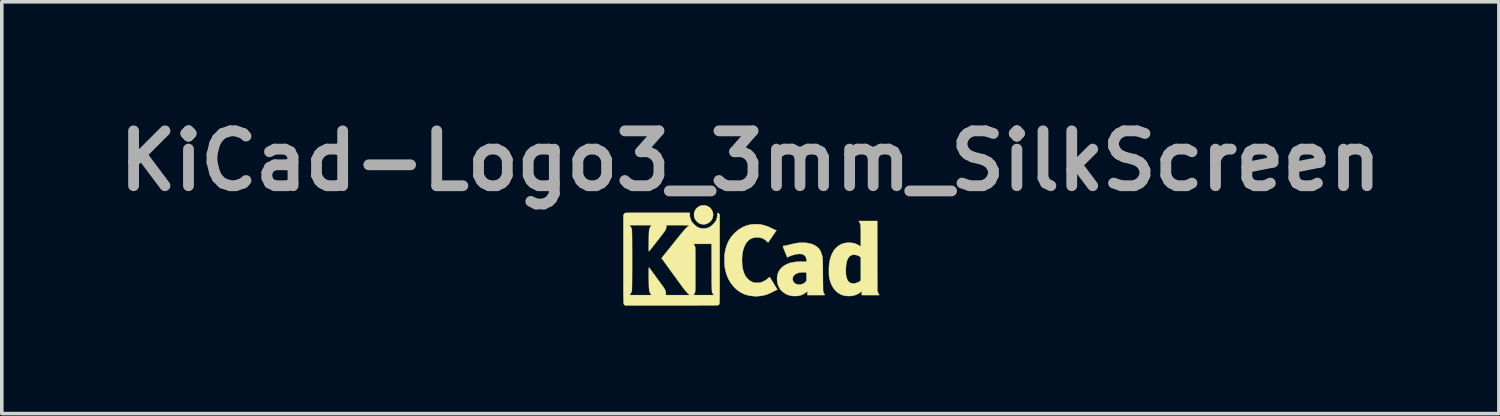
<source format=kicad_pcb>
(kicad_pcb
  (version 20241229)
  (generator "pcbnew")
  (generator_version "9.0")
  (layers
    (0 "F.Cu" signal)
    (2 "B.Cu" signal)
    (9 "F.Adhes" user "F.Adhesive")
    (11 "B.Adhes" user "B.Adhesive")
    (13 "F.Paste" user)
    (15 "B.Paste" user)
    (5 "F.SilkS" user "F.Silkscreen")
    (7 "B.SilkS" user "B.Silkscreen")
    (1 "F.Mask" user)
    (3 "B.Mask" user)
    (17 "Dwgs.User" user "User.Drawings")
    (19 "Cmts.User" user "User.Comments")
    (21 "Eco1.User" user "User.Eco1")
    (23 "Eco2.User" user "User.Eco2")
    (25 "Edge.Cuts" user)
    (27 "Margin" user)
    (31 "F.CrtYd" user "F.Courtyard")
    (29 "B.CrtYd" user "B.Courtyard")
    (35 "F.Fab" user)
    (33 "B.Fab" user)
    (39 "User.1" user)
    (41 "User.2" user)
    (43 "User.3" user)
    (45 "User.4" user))
  (footprint "KiCad-Logo3_3mm_SilkScreen"
    (layer "F.Cu")
    (at 17.787 4.018)
    (property "Reference" "KiCad-Logo3_3mm_SilkScreen" (at 0 -2.6 0) (layer "F.Fab") (effects (font (size 1.524 1.524) (thickness 0.3))))
    (attr exclude_from_pos_files exclude_from_bom)
    (fp_poly (pts (xy -1.26 -1.364) (xy -1.242 -1.362) (xy -1.225 -1.357) (xy -1.217 -1.355) (xy -1.178 -1.338) (xy -1.143 -1.317) (xy -1.11 -1.287) (xy -1.105 -1.282) (xy -1.073 -1.241) (xy -1.05 -1.195) (xy -1.037 -1.147) (xy -1.033 -1.097) (xy -1.04 -1.046) (xy -1.048 -1.019) (xy -1.061 -0.986) (xy -1.077 -0.958) (xy -1.098 -0.932) (xy -1.117 -0.912) (xy -1.155 -0.882) (xy -1.195 -0.86) (xy -1.241 -0.845) (xy -1.246 -0.844) (xy -1.276 -0.839) (xy -1.301 -0.837) (xy -1.326 -0.839) (xy -1.354 -0.844) (xy -1.396 -0.856) (xy -1.432 -0.874) (xy -1.466 -0.9) (xy -1.485 -0.918) (xy -1.514 -0.951) (xy -1.535 -0.984) (xy -1.55 -1.02) (xy -1.559 -1.053) (xy -1.564 -1.104) (xy -1.56 -1.153) (xy -1.546 -1.201) (xy -1.523 -1.244) (xy -1.492 -1.284) (xy -1.453 -1.317) (xy -1.409 -1.343) (xy -1.39 -1.352) (xy -1.374 -1.358) (xy -1.359 -1.361) (xy -1.34 -1.363) (xy -1.315 -1.364) (xy -1.31 -1.364) (xy -1.281 -1.365) (xy -1.26 -1.364)) (stroke (width 0.01) (type solid)) (fill yes) (layer "F.SilkS"))
    (fp_poly (pts (xy 3.525 0.036) (xy 3.527 1.003) (xy 3.541 1.045) (xy 3.55 1.068) (xy 3.559 1.089) (xy 3.568 1.105) (xy 3.569 1.107) (xy 3.583 1.127) (xy 3.096 1.127) (xy 3.096 1.074) (xy 3.095 1.052) (xy 3.095 1.034) (xy 3.093 1.024) (xy 3.092 1.021) (xy 3.087 1.025) (xy 3.076 1.033) (xy 3.065 1.043) (xy 3.021 1.075) (xy 2.97 1.103) (xy 2.914 1.126) (xy 2.855 1.142) (xy 2.838 1.146) (xy 2.8 1.15) (xy 2.757 1.153) (xy 2.711 1.152) (xy 2.667 1.15) (xy 2.629 1.145) (xy 2.629 1.145) (xy 2.561 1.128) (xy 2.497 1.101) (xy 2.438 1.065) (xy 2.384 1.02) (xy 2.335 0.968) (xy 2.292 0.907) (xy 2.255 0.84) (xy 2.225 0.765) (xy 2.201 0.684) (xy 2.195 0.654) (xy 2.191 0.635) (xy 2.188 0.617) (xy 2.186 0.599) (xy 2.185 0.578) (xy 2.184 0.554) (xy 2.183 0.523) (xy 2.183 0.486) (xy 2.183 0.462) (xy 2.652 0.462) (xy 2.653 0.479) (xy 2.654 0.517) (xy 2.656 0.548) (xy 2.658 0.573) (xy 2.662 0.594) (xy 2.666 0.616) (xy 2.669 0.625) (xy 2.684 0.675) (xy 2.703 0.717) (xy 2.726 0.749) (xy 2.753 0.774) (xy 2.786 0.791) (xy 2.801 0.797) (xy 2.828 0.802) (xy 2.861 0.804) (xy 2.895 0.802) (xy 2.927 0.796) (xy 2.928 0.796) (xy 2.969 0.782) (xy 3.011 0.762) (xy 3.046 0.74) (xy 3.069 0.723) (xy 3.069 0.08) (xy 3.053 0.066) (xy 3.017 0.042) (xy 2.977 0.024) (xy 2.934 0.012) (xy 2.89 0.006) (xy 2.848 0.008) (xy 2.81 0.018) (xy 2.798 0.023) (xy 2.762 0.046) (xy 2.732 0.079) (xy 2.706 0.12) (xy 2.685 0.171) (xy 2.67 0.231) (xy 2.659 0.299) (xy 2.653 0.376) (xy 2.652 0.462) (xy 2.183 0.462) (xy 2.183 0.452) (xy 2.183 0.402) (xy 2.184 0.361) (xy 2.185 0.326) (xy 2.187 0.297) (xy 2.189 0.271) (xy 2.192 0.249) (xy 2.209 0.161) (xy 2.229 0.082) (xy 2.254 0.011) (xy 2.285 -0.053) (xy 2.321 -0.112) (xy 2.35 -0.152) (xy 2.391 -0.194) (xy 2.439 -0.234) (xy 2.492 -0.268) (xy 2.548 -0.295) (xy 2.601 -0.313) (xy 2.65 -0.322) (xy 2.706 -0.327) (xy 2.765 -0.327) (xy 2.823 -0.322) (xy 2.878 -0.313) (xy 2.892 -0.309) (xy 2.919 -0.301) (xy 2.95 -0.288) (xy 2.982 -0.272) (xy 3.013 -0.255) (xy 3.038 -0.239) (xy 3.044 -0.235) (xy 3.069 -0.216) (xy 3.069 -0.48) (xy 3.069 -0.55) (xy 3.069 -0.61) (xy 3.068 -0.661) (xy 3.067 -0.705) (xy 3.066 -0.741) (xy 3.065 -0.771) (xy 3.063 -0.796) (xy 3.061 -0.816) (xy 3.058 -0.833) (xy 3.054 -0.847) (xy 3.05 -0.86) (xy 3.045 -0.871) (xy 3.043 -0.875) (xy 3.034 -0.893) (xy 3.025 -0.91) (xy 3.018 -0.919) (xy 3.01 -0.931) (xy 3.524 -0.931) (xy 3.525 0.036)) (stroke (width 0.01) (type solid)) (fill yes) (layer "F.SilkS"))
    (fp_poly (pts (xy 0.178 -0.841) (xy 0.216 -0.84) (xy 0.249 -0.838) (xy 0.273 -0.836) (xy 0.358 -0.819) (xy 0.446 -0.792) (xy 0.538 -0.755) (xy 0.6 -0.725) (xy 0.627 -0.711) (xy 0.654 -0.699) (xy 0.677 -0.688) (xy 0.694 -0.681) (xy 0.697 -0.68) (xy 0.712 -0.675) (xy 0.721 -0.669) (xy 0.722 -0.666) (xy 0.718 -0.661) (xy 0.71 -0.648) (xy 0.697 -0.629) (xy 0.68 -0.605) (xy 0.661 -0.576) (xy 0.639 -0.545) (xy 0.617 -0.513) (xy 0.594 -0.48) (xy 0.572 -0.447) (xy 0.551 -0.417) (xy 0.532 -0.389) (xy 0.516 -0.366) (xy 0.504 -0.349) (xy 0.496 -0.337) (xy 0.494 -0.334) (xy 0.49 -0.337) (xy 0.48 -0.345) (xy 0.467 -0.358) (xy 0.462 -0.363) (xy 0.415 -0.405) (xy 0.364 -0.437) (xy 0.308 -0.459) (xy 0.248 -0.472) (xy 0.187 -0.476) (xy 0.133 -0.473) (xy 0.086 -0.465) (xy 0.041 -0.45) (xy 0.018 -0.439) (xy -0.029 -0.41) (xy -0.072 -0.372) (xy -0.11 -0.325) (xy -0.143 -0.27) (xy -0.172 -0.208) (xy -0.195 -0.138) (xy -0.213 -0.063) (xy -0.225 0.019) (xy -0.231 0.106) (xy -0.231 0.198) (xy -0.231 0.204) (xy -0.225 0.295) (xy -0.213 0.379) (xy -0.195 0.455) (xy -0.186 0.484) (xy -0.167 0.536) (xy -0.145 0.58) (xy -0.12 0.619) (xy -0.089 0.656) (xy -0.071 0.675) (xy -0.038 0.706) (xy -0.007 0.731) (xy 0.025 0.75) (xy 0.061 0.766) (xy 0.075 0.772) (xy 0.092 0.777) (xy 0.107 0.781) (xy 0.122 0.784) (xy 0.142 0.785) (xy 0.167 0.786) (xy 0.188 0.786) (xy 0.22 0.786) (xy 0.244 0.785) (xy 0.264 0.783) (xy 0.281 0.779) (xy 0.299 0.774) (xy 0.301 0.773) (xy 0.367 0.747) (xy 0.43 0.711) (xy 0.49 0.665) (xy 0.507 0.649) (xy 0.521 0.637) (xy 0.531 0.628) (xy 0.537 0.625) (xy 0.537 0.625) (xy 0.54 0.63) (xy 0.548 0.643) (xy 0.56 0.662) (xy 0.575 0.687) (xy 0.593 0.716) (xy 0.613 0.748) (xy 0.634 0.782) (xy 0.655 0.817) (xy 0.675 0.851) (xy 0.695 0.883) (xy 0.713 0.912) (xy 0.728 0.938) (xy 0.74 0.958) (xy 0.748 0.971) (xy 0.751 0.977) (xy 0.751 0.977) (xy 0.747 0.979) (xy 0.744 0.979) (xy 0.737 0.981) (xy 0.722 0.988) (xy 0.701 0.998) (xy 0.674 1.011) (xy 0.645 1.026) (xy 0.628 1.034) (xy 0.564 1.066) (xy 0.505 1.092) (xy 0.45 1.112) (xy 0.397 1.128) (xy 0.343 1.14) (xy 0.286 1.149) (xy 0.241 1.153) (xy 0.201 1.156) (xy 0.167 1.158) (xy 0.135 1.158) (xy 0.099 1.156) (xy 0.064 1.153) (xy -0.028 1.141) (xy -0.115 1.119) (xy -0.197 1.089) (xy -0.274 1.048) (xy -0.347 0.999) (xy -0.416 0.939) (xy -0.431 0.924) (xy -0.495 0.853) (xy -0.55 0.779) (xy -0.598 0.7) (xy -0.637 0.615) (xy -0.669 0.523) (xy -0.695 0.424) (xy -0.707 0.357) (xy -0.711 0.331) (xy -0.713 0.296) (xy -0.715 0.255) (xy -0.717 0.21) (xy -0.717 0.163) (xy -0.717 0.117) (xy -0.717 0.072) (xy -0.715 0.032) (xy -0.713 -0.002) (xy -0.71 -0.028) (xy -0.71 -0.029) (xy -0.698 -0.094) (xy -0.686 -0.15) (xy -0.672 -0.202) (xy -0.657 -0.25) (xy -0.638 -0.298) (xy -0.635 -0.305) (xy -0.597 -0.385) (xy -0.552 -0.459) (xy -0.499 -0.528) (xy -0.439 -0.593) (xy -0.366 -0.658) (xy -0.29 -0.714) (xy -0.21 -0.76) (xy -0.126 -0.796) (xy -0.038 -0.822) (xy 0.039 -0.836) (xy 0.066 -0.838) (xy 0.1 -0.84) (xy 0.139 -0.841) (xy 0.178 -0.841)) (stroke (width 0.01) (type solid)) (fill yes) (layer "F.SilkS"))
    (fp_poly (pts (xy 1.533 -0.325) (xy 1.614 -0.314) (xy 1.687 -0.297) (xy 1.753 -0.272) (xy 1.77 -0.265) (xy 1.825 -0.233) (xy 1.872 -0.197) (xy 1.911 -0.154) (xy 1.943 -0.105) (xy 1.969 -0.048) (xy 1.982 -0.008) (xy 1.987 0.011) (xy 1.992 0.027) (xy 1.996 0.043) (xy 1.999 0.059) (xy 2.002 0.076) (xy 2.005 0.094) (xy 2.007 0.114) (xy 2.009 0.138) (xy 2.01 0.166) (xy 2.011 0.198) (xy 2.012 0.236) (xy 2.013 0.28) (xy 2.014 0.331) (xy 2.014 0.39) (xy 2.015 0.458) (xy 2.015 0.534) (xy 2.016 0.579) (xy 2.016 0.658) (xy 2.017 0.727) (xy 2.017 0.787) (xy 2.018 0.838) (xy 2.018 0.882) (xy 2.019 0.919) (xy 2.019 0.949) (xy 2.02 0.974) (xy 2.021 0.993) (xy 2.022 1.009) (xy 2.023 1.021) (xy 2.024 1.03) (xy 2.025 1.037) (xy 2.027 1.043) (xy 2.029 1.048) (xy 2.03 1.052) (xy 2.039 1.071) (xy 2.049 1.089) (xy 2.054 1.097) (xy 2.064 1.11) (xy 2.07 1.119) (xy 2.071 1.121) (xy 2.07 1.122) (xy 2.064 1.123) (xy 2.053 1.125) (xy 2.036 1.125) (xy 2.013 1.126) (xy 1.981 1.127) (xy 1.941 1.127) (xy 1.892 1.127) (xy 1.834 1.127) (xy 1.831 1.127) (xy 1.587 1.127) (xy 1.587 1.02) (xy 1.562 1.041) (xy 1.504 1.083) (xy 1.442 1.116) (xy 1.377 1.138) (xy 1.341 1.146) (xy 1.304 1.15) (xy 1.26 1.153) (xy 1.215 1.153) (xy 1.171 1.15) (xy 1.134 1.146) (xy 1.132 1.145) (xy 1.061 1.127) (xy 0.996 1.1) (xy 0.935 1.064) (xy 0.88 1.018) (xy 0.87 1.009) (xy 0.848 0.986) (xy 0.832 0.967) (xy 0.819 0.948) (xy 0.807 0.927) (xy 0.795 0.905) (xy 0.778 0.869) (xy 0.766 0.836) (xy 0.757 0.803) (xy 0.75 0.767) (xy 0.746 0.736) (xy 0.742 0.664) (xy 0.742 0.662) (xy 1.176 0.662) (xy 1.177 0.702) (xy 1.187 0.738) (xy 1.206 0.769) (xy 1.232 0.796) (xy 1.264 0.816) (xy 1.301 0.829) (xy 1.344 0.835) (xy 1.39 0.834) (xy 1.408 0.831) (xy 1.455 0.817) (xy 1.497 0.794) (xy 1.533 0.762) (xy 1.543 0.75) (xy 1.561 0.728) (xy 1.561 0.616) (xy 1.561 0.578) (xy 1.561 0.55) (xy 1.56 0.529) (xy 1.559 0.516) (xy 1.557 0.507) (xy 1.555 0.502) (xy 1.552 0.501) (xy 1.539 0.498) (xy 1.517 0.495) (xy 1.491 0.494) (xy 1.462 0.493) (xy 1.433 0.494) (xy 1.407 0.495) (xy 1.392 0.497) (xy 1.336 0.509) (xy 1.288 0.526) (xy 1.247 0.548) (xy 1.216 0.574) (xy 1.193 0.606) (xy 1.179 0.641) (xy 1.176 0.662) (xy 0.742 0.662) (xy 0.748 0.597) (xy 0.763 0.533) (xy 0.788 0.473) (xy 0.822 0.418) (xy 0.866 0.368) (xy 0.902 0.336) (xy 0.935 0.313) (xy 0.975 0.289) (xy 1.019 0.267) (xy 1.064 0.249) (xy 1.106 0.234) (xy 1.119 0.231) (xy 1.163 0.221) (xy 1.204 0.213) (xy 1.247 0.207) (xy 1.291 0.203) (xy 1.341 0.2) (xy 1.398 0.199) (xy 1.433 0.199) (xy 1.568 0.199) (xy 1.565 0.162) (xy 1.557 0.114) (xy 1.542 0.073) (xy 1.519 0.039) (xy 1.489 0.013) (xy 1.452 -0.005) (xy 1.443 -0.008) (xy 1.404 -0.015) (xy 1.359 -0.017) (xy 1.307 -0.012) (xy 1.252 -0.003) (xy 1.195 0.012) (xy 1.136 0.031) (xy 1.078 0.055) (xy 1.073 0.057) (xy 1.026 0.079) (xy 1.021 0.066) (xy 1.018 0.058) (xy 1.011 0.042) (xy 1.002 0.019) (xy 0.99 -0.011) (xy 0.976 -0.044) (xy 0.961 -0.081) (xy 0.958 -0.088) (xy 0.939 -0.135) (xy 0.924 -0.173) (xy 0.913 -0.201) (xy 0.907 -0.221) (xy 0.905 -0.231) (xy 0.905 -0.233) (xy 0.913 -0.236) (xy 0.928 -0.238) (xy 0.941 -0.24) (xy 0.954 -0.242) (xy 0.976 -0.246) (xy 1.004 -0.253) (xy 1.038 -0.26) (xy 1.076 -0.269) (xy 1.115 -0.279) (xy 1.119 -0.28) (xy 1.176 -0.294) (xy 1.225 -0.305) (xy 1.268 -0.313) (xy 1.306 -0.319) (xy 1.342 -0.324) (xy 1.378 -0.326) (xy 1.414 -0.328) (xy 1.445 -0.328) (xy 1.533 -0.325)) (stroke (width 0.01) (type solid)) (fill yes) (layer "F.SilkS"))
    (fp_poly (pts (xy -1.682 -1.114) (xy -1.679 -1.058) (xy -1.666 -1.002) (xy -1.643 -0.943) (xy -1.64 -0.937) (xy -1.629 -0.916) (xy -1.618 -0.898) (xy -1.604 -0.881) (xy -1.586 -0.861) (xy -1.564 -0.839) (xy -1.518 -0.797) (xy -1.473 -0.766) (xy -1.426 -0.743) (xy -1.377 -0.729) (xy -1.323 -0.723) (xy -1.299 -0.722) (xy -1.243 -0.726) (xy -1.191 -0.737) (xy -1.144 -0.756) (xy -1.098 -0.784) (xy -1.052 -0.821) (xy -1.035 -0.839) (xy -0.997 -0.879) (xy -0.967 -0.918) (xy -0.946 -0.956) (xy -0.931 -0.997) (xy -0.921 -1.041) (xy -0.916 -1.092) (xy -0.916 -1.094) (xy -0.913 -1.159) (xy -0.894 -1.15) (xy -0.879 -1.139) (xy -0.865 -1.124) (xy -0.864 -1.122) (xy -0.852 -1.104) (xy -0.852 0.126) (xy -0.852 0.261) (xy -0.852 0.386) (xy -0.852 0.501) (xy -0.852 0.606) (xy -0.852 0.703) (xy -0.852 0.791) (xy -0.852 0.871) (xy -0.852 0.944) (xy -0.853 1.009) (xy -0.853 1.067) (xy -0.853 1.118) (xy -0.853 1.163) (xy -0.854 1.203) (xy -0.854 1.237) (xy -0.854 1.266) (xy -0.855 1.291) (xy -0.855 1.311) (xy -0.856 1.328) (xy -0.856 1.342) (xy -0.857 1.352) (xy -0.858 1.36) (xy -0.859 1.366) (xy -0.86 1.371) (xy -0.86 1.374) (xy -0.861 1.374) (xy -0.871 1.39) (xy -0.885 1.402) (xy -0.886 1.403) (xy -0.888 1.404) (xy -0.89 1.405) (xy -0.894 1.406) (xy -0.899 1.407) (xy -0.906 1.407) (xy -0.914 1.408) (xy -0.926 1.409) (xy -0.94 1.409) (xy -0.958 1.41) (xy -0.98 1.41) (xy -1.005 1.411) (xy -1.036 1.411) (xy -1.071 1.411) (xy -1.111 1.412) (xy -1.158 1.412) (xy -1.21 1.412) (xy -1.269 1.412) (xy -1.335 1.412) (xy -1.408 1.413) (xy -1.489 1.413) (xy -1.578 1.413) (xy -1.675 1.413) (xy -1.782 1.413) (xy -1.898 1.413) (xy -2.023 1.413) (xy -2.159 1.413) (xy -2.189 1.413) (xy -3.476 1.413) (xy -3.493 1.399) (xy -3.496 1.396) (xy -3.499 1.394) (xy -3.502 1.392) (xy -3.505 1.39) (xy -3.507 1.387) (xy -3.51 1.382) (xy -3.512 1.377) (xy -3.514 1.369) (xy -3.515 1.359) (xy -3.517 1.347) (xy -3.518 1.331) (xy -3.519 1.312) (xy -3.52 1.289) (xy -3.521 1.261) (xy -3.522 1.229) (xy -3.522 1.191) (xy -3.523 1.148) (xy -3.523 1.1) (xy -3.524 1.044) (xy -3.524 0.982) (xy -3.524 0.913) (xy -3.524 0.836) (xy -3.524 0.752) (xy -3.524 0.658) (xy -3.524 0.557) (xy -3.524 0.446) (xy -3.524 0.325) (xy -3.524 0.194) (xy -3.524 0.128) (xy -3.524 -0.815) (xy -3.356 -0.815) (xy -3.34 -0.795) (xy -3.316 -0.759) (xy -3.298 -0.719) (xy -3.29 -0.693) (xy -3.289 -0.683) (xy -3.288 -0.664) (xy -3.288 -0.636) (xy -3.287 -0.599) (xy -3.286 -0.554) (xy -3.285 -0.503) (xy -3.285 -0.445) (xy -3.284 -0.381) (xy -3.284 -0.312) (xy -3.284 -0.24) (xy -3.283 -0.164) (xy -3.283 -0.085) (xy -3.283 -0.003) (xy -3.283 0.079) (xy -3.283 0.162) (xy -3.283 0.245) (xy -3.283 0.327) (xy -3.283 0.408) (xy -3.283 0.487) (xy -3.284 0.563) (xy -3.284 0.635) (xy -3.284 0.703) (xy -3.285 0.765) (xy -3.286 0.823) (xy -3.286 0.873) (xy -3.287 0.917) (xy -3.288 0.952) (xy -3.288 0.98) (xy -3.289 0.997) (xy -3.29 1.005) (xy -3.304 1.045) (xy -3.324 1.084) (xy -3.34 1.107) (xy -3.356 1.127) (xy -2.746 1.127) (xy -2.762 1.104) (xy -2.782 1.07) (xy -2.797 1.033) (xy -2.808 0.994) (xy -2.81 0.98) (xy -2.811 0.958) (xy -2.813 0.93) (xy -2.815 0.894) (xy -2.816 0.854) (xy -2.817 0.81) (xy -2.818 0.763) (xy -2.819 0.714) (xy -2.82 0.664) (xy -2.82 0.615) (xy -2.82 0.567) (xy -2.82 0.521) (xy -2.82 0.479) (xy -2.82 0.442) (xy -2.819 0.41) (xy -2.818 0.385) (xy -2.816 0.368) (xy -2.815 0.36) (xy -2.814 0.36) (xy -2.809 0.366) (xy -2.799 0.379) (xy -2.784 0.399) (xy -2.764 0.426) (xy -2.741 0.457) (xy -2.715 0.492) (xy -2.687 0.531) (xy -2.657 0.571) (xy -2.626 0.614) (xy -2.595 0.656) (xy -2.564 0.699) (xy -2.534 0.74) (xy -2.506 0.779) (xy -2.48 0.814) (xy -2.457 0.846) (xy -2.437 0.873) (xy -2.422 0.895) (xy -2.412 0.91) (xy -2.408 0.914) (xy -2.394 0.936) (xy -2.38 0.963) (xy -2.367 0.988) (xy -2.366 0.989) (xy -2.357 1.009) (xy -2.351 1.025) (xy -2.348 1.041) (xy -2.347 1.06) (xy -2.347 1.078) (xy -2.347 1.127) (xy -2.013 1.127) (xy -1.68 1.127) (xy -1.688 1.121) (xy -1.579 1.121) (xy -1.578 1.122) (xy -1.572 1.123) (xy -1.562 1.124) (xy -1.545 1.125) (xy -1.522 1.126) (xy -1.491 1.126) (xy -1.453 1.127) (xy -1.406 1.127) (xy -1.35 1.127) (xy -1.297 1.127) (xy -1.011 1.127) (xy -1.032 1.097) (xy -1.038 1.089) (xy -1.043 1.082) (xy -1.047 1.076) (xy -1.051 1.069) (xy -1.055 1.062) (xy -1.058 1.053) (xy -1.061 1.042) (xy -1.063 1.029) (xy -1.065 1.013) (xy -1.067 0.993) (xy -1.068 0.969) (xy -1.069 0.94) (xy -1.07 0.906) (xy -1.071 0.866) (xy -1.071 0.819) (xy -1.072 0.765) (xy -1.072 0.704) (xy -1.072 0.634) (xy -1.072 0.556) (xy -1.073 0.468) (xy -1.073 0.37) (xy -1.073 0.359) (xy -1.075 -0.296) (xy -1.326 -0.296) (xy -1.376 -0.296) (xy -1.423 -0.296) (xy -1.466 -0.296) (xy -1.503 -0.296) (xy -1.534 -0.295) (xy -1.557 -0.295) (xy -1.572 -0.294) (xy -1.577 -0.294) (xy -1.577 -0.294) (xy -1.574 -0.288) (xy -1.567 -0.277) (xy -1.561 -0.269) (xy -1.55 -0.251) (xy -1.54 -0.229) (xy -1.536 -0.221) (xy -1.535 -0.216) (xy -1.533 -0.21) (xy -1.532 -0.204) (xy -1.531 -0.195) (xy -1.53 -0.183) (xy -1.53 -0.168) (xy -1.529 -0.15) (xy -1.528 -0.127) (xy -1.528 -0.099) (xy -1.528 -0.066) (xy -1.527 -0.026) (xy -1.527 0.02) (xy -1.527 0.074) (xy -1.527 0.136) (xy -1.527 0.206) (xy -1.527 0.285) (xy -1.527 0.375) (xy -1.527 0.413) (xy -1.527 0.506) (xy -1.527 0.589) (xy -1.527 0.663) (xy -1.527 0.728) (xy -1.527 0.785) (xy -1.527 0.834) (xy -1.527 0.876) (xy -1.528 0.912) (xy -1.528 0.942) (xy -1.529 0.967) (xy -1.529 0.987) (xy -1.53 1.003) (xy -1.531 1.016) (xy -1.532 1.026) (xy -1.533 1.033) (xy -1.534 1.039) (xy -1.536 1.044) (xy -1.536 1.046) (xy -1.545 1.066) (xy -1.556 1.086) (xy -1.56 1.094) (xy -1.57 1.107) (xy -1.577 1.118) (xy -1.579 1.121) (xy -1.688 1.121) (xy -1.707 1.105) (xy -1.726 1.087) (xy -1.746 1.068) (xy -1.767 1.045) (xy -1.792 1.016) (xy -1.815 0.99) (xy -1.821 0.982) (xy -1.826 0.975) (xy -1.832 0.968) (xy -1.838 0.961) (xy -1.844 0.953) (xy -1.852 0.943) (xy -1.861 0.931) (xy -1.872 0.917) (xy -1.885 0.899) (xy -1.9 0.878) (xy -1.918 0.853) (xy -1.94 0.824) (xy -1.965 0.789) (xy -1.994 0.749) (xy -2.028 0.703) (xy -2.066 0.65) (xy -2.11 0.59) (xy -2.159 0.523) (xy -2.211 0.451) (xy -2.465 0.101) (xy -2.192 -0.239) (xy -2.149 -0.293) (xy -2.106 -0.346) (xy -2.065 -0.398) (xy -2.026 -0.446) (xy -1.989 -0.491) (xy -1.956 -0.532) (xy -1.927 -0.568) (xy -1.902 -0.599) (xy -1.882 -0.623) (xy -1.868 -0.639) (xy -1.865 -0.643) (xy -1.832 -0.681) (xy -1.799 -0.716) (xy -1.768 -0.747) (xy -1.74 -0.773) (xy -1.716 -0.792) (xy -1.709 -0.797) (xy -1.697 -0.805) (xy -1.689 -0.811) (xy -1.688 -0.813) (xy -1.693 -0.813) (xy -1.708 -0.814) (xy -1.732 -0.814) (xy -1.763 -0.814) (xy -1.801 -0.814) (xy -1.846 -0.815) (xy -1.895 -0.815) (xy -1.949 -0.815) (xy -2.006 -0.815) (xy -2.332 -0.815) (xy -2.332 -0.779) (xy -2.334 -0.752) (xy -2.34 -0.725) (xy -2.351 -0.697) (xy -2.368 -0.665) (xy -2.388 -0.634) (xy -2.396 -0.623) (xy -2.41 -0.605) (xy -2.428 -0.58) (xy -2.451 -0.55) (xy -2.477 -0.516) (xy -2.507 -0.478) (xy -2.538 -0.438) (xy -2.571 -0.396) (xy -2.604 -0.353) (xy -2.637 -0.311) (xy -2.669 -0.269) (xy -2.7 -0.23) (xy -2.729 -0.194) (xy -2.754 -0.162) (xy -2.776 -0.135) (xy -2.793 -0.114) (xy -2.806 -0.099) (xy -2.811 -0.093) (xy -2.813 -0.09) (xy -2.815 -0.09) (xy -2.817 -0.091) (xy -2.818 -0.095) (xy -2.819 -0.103) (xy -2.82 -0.116) (xy -2.82 -0.134) (xy -2.82 -0.158) (xy -2.82 -0.19) (xy -2.82 -0.228) (xy -2.82 -0.276) (xy -2.819 -0.333) (xy -2.819 -0.362) (xy -2.818 -0.426) (xy -2.818 -0.481) (xy -2.817 -0.526) (xy -2.816 -0.564) (xy -2.815 -0.595) (xy -2.814 -0.62) (xy -2.813 -0.64) (xy -2.812 -0.656) (xy -2.81 -0.669) (xy -2.808 -0.679) (xy -2.808 -0.681) (xy -2.795 -0.725) (xy -2.78 -0.762) (xy -2.762 -0.791) (xy -2.746 -0.815) (xy -3.356 -0.815) (xy -3.524 -0.815) (xy -3.524 -1.093) (xy -3.512 -1.116) (xy -3.498 -1.137) (xy -3.482 -1.149) (xy -3.479 -1.15) (xy -3.476 -1.152) (xy -3.471 -1.153) (xy -3.465 -1.154) (xy -3.456 -1.154) (xy -3.445 -1.155) (xy -3.43 -1.156) (xy -3.412 -1.156) (xy -3.39 -1.157) (xy -3.363 -1.157) (xy -3.331 -1.158) (xy -3.294 -1.158) (xy -3.25 -1.158) (xy -3.2 -1.158) (xy -3.143 -1.159) (xy -3.078 -1.159) (xy -3.006 -1.159) (xy -2.925 -1.159) (xy -2.835 -1.159) (xy -2.736 -1.159) (xy -2.627 -1.159) (xy -2.572 -1.159) (xy -1.68 -1.159) (xy -1.682 -1.114)) (stroke (width 0.01) (type solid)) (fill yes) (layer "F.SilkS")))
  (gr_rect
    (start -3 -3)
    (end 38.575 8.436)
    (stroke (width 0.1) (type default))
    (fill no)
    (layer "Edge.Cuts")))
</source>
